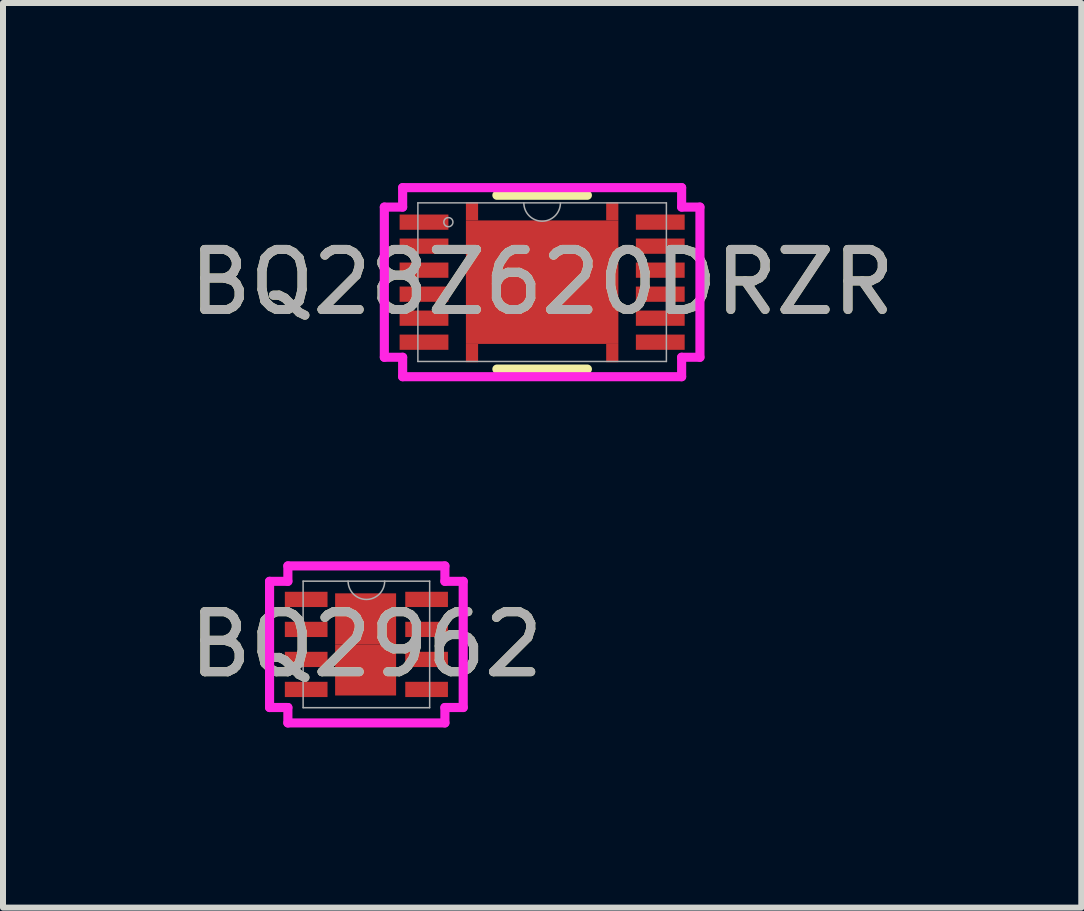
<source format=kicad_pcb>
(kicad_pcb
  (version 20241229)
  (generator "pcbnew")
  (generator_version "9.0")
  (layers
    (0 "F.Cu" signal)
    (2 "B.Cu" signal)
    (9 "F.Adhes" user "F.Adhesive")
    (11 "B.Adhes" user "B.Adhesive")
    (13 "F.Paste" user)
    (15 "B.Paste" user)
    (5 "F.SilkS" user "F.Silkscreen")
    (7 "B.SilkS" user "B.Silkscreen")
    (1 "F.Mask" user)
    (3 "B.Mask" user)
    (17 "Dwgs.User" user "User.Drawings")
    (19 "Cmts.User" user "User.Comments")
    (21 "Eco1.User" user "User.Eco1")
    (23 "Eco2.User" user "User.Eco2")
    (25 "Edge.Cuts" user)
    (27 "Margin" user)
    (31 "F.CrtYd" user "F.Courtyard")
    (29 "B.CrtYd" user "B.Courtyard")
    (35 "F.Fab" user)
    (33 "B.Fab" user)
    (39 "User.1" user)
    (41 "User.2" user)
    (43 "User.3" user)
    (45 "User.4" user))
  (footprint "BQ28Z620DRZR"
    (layer "F.Cu")
    (at 5.982 1.651)
    (property "Reference" "BQ28Z620DRZR" (at 0 0 0) (unlocked yes) (layer "F.SilkS") (effects (font (size 1 1) (thickness 0.15))))
    (attr smd)
    (fp_poly (pts (xy -1.27 -1.029) (xy -1.27 -1.333) (xy -1.067 -1.333) (xy -1.067 -1.029)) (stroke (width 0) (type solid)) (fill yes) (layer "F.Cu"))
    (fp_poly (pts (xy -1.27 1.029) (xy -1.27 1.333) (xy -1.067 1.333) (xy -1.067 1.029)) (stroke (width 0) (type solid)) (fill yes) (layer "F.Cu"))
    (fp_poly (pts (xy 1.27 -1.029) (xy 1.27 -1.333) (xy 1.067 -1.333) (xy 1.067 -1.029)) (stroke (width 0) (type solid)) (fill yes) (layer "F.Cu"))
    (fp_poly (pts (xy 1.27 1.029) (xy 1.27 1.333) (xy 1.067 1.333) (xy 1.067 1.029)) (stroke (width 0) (type solid)) (fill yes) (layer "F.Cu"))
    (fp_poly (pts (xy -1.27 -1.029) (xy -1.27 -1.333) (xy -1.067 -1.333) (xy -1.067 -1.029)) (stroke (width 0) (type solid)) (fill yes) (layer "F.Mask"))
    (fp_poly (pts (xy -1.27 1.029) (xy -1.27 1.333) (xy -1.067 1.333) (xy -1.067 1.029)) (stroke (width 0) (type solid)) (fill yes) (layer "F.Mask"))
    (fp_poly (pts (xy 1.27 -1.029) (xy 1.27 -1.333) (xy 1.067 -1.333) (xy 1.067 -1.029)) (stroke (width 0) (type solid)) (fill yes) (layer "F.Mask"))
    (fp_poly (pts (xy 1.27 1.029) (xy 1.27 1.333) (xy 1.067 1.333) (xy 1.067 1.029)) (stroke (width 0) (type solid)) (fill yes) (layer "F.Mask"))
    (fp_line (start -0.754 1.448) (end 0.754 1.448) (stroke (width 0.152) (type solid)) (layer "F.SilkS"))
    (fp_line (start 0.754 -1.448) (end -0.754 -1.448) (stroke (width 0.152) (type solid)) (layer "F.SilkS"))
    (fp_poly (pts (xy -1.27 -1.029) (xy -1.27 -1.333) (xy -1.067 -1.333) (xy -1.067 -1.029)) (stroke (width 0) (type solid)) (fill yes) (layer "F.Paste"))
    (fp_poly (pts (xy -1.27 1.029) (xy -1.27 1.333) (xy -1.067 1.333) (xy -1.067 1.029)) (stroke (width 0) (type solid)) (fill yes) (layer "F.Paste"))
    (fp_poly (pts (xy 1.27 -1.029) (xy 1.27 -1.333) (xy 1.067 -1.333) (xy 1.067 -1.029)) (stroke (width 0) (type solid)) (fill yes) (layer "F.Paste"))
    (fp_poly (pts (xy 1.27 1.029) (xy 1.27 1.333) (xy 1.067 1.333) (xy 1.067 1.029)) (stroke (width 0) (type solid)) (fill yes) (layer "F.Paste"))
    (fp_line (start -2.629 -1.251) (end -2.324 -1.251) (stroke (width 0.152) (type solid)) (layer "F.CrtYd"))
    (fp_line (start -2.629 1.251) (end -2.629 -1.251) (stroke (width 0.152) (type solid)) (layer "F.CrtYd"))
    (fp_line (start -2.629 1.251) (end -2.324 1.251) (stroke (width 0.152) (type solid)) (layer "F.CrtYd"))
    (fp_line (start -2.324 -1.575) (end 2.324 -1.575) (stroke (width 0.152) (type solid)) (layer "F.CrtYd"))
    (fp_line (start -2.324 -1.251) (end -2.324 -1.575) (stroke (width 0.152) (type solid)) (layer "F.CrtYd"))
    (fp_line (start -2.324 1.575) (end -2.324 1.251) (stroke (width 0.152) (type solid)) (layer "F.CrtYd"))
    (fp_line (start 2.324 -1.575) (end 2.324 -1.251) (stroke (width 0.152) (type solid)) (layer "F.CrtYd"))
    (fp_line (start 2.324 1.251) (end 2.324 1.575) (stroke (width 0.152) (type solid)) (layer "F.CrtYd"))
    (fp_line (start 2.324 1.575) (end -2.324 1.575) (stroke (width 0.152) (type solid)) (layer "F.CrtYd"))
    (fp_line (start 2.629 -1.251) (end 2.324 -1.251) (stroke (width 0.152) (type solid)) (layer "F.CrtYd"))
    (fp_line (start 2.629 -1.251) (end 2.629 1.251) (stroke (width 0.152) (type solid)) (layer "F.CrtYd"))
    (fp_line (start 2.629 1.251) (end 2.324 1.251) (stroke (width 0.152) (type solid)) (layer "F.CrtYd"))
    (fp_line (start -2.07 -1.321) (end -2.07 1.321) (stroke (width 0.025) (type solid)) (layer "F.Fab"))
    (fp_line (start -2.07 1.321) (end 2.07 1.321) (stroke (width 0.025) (type solid)) (layer "F.Fab"))
    (fp_line (start 2.07 -1.321) (end -2.07 -1.321) (stroke (width 0.025) (type solid)) (layer "F.Fab"))
    (fp_line (start 2.07 1.321) (end 2.07 -1.321) (stroke (width 0.025) (type solid)) (layer "F.Fab"))
    (fp_arc (start 0.3048 -1.3208) (mid 0 -1.016) (end -0.3048 -1.3208) (stroke (width 0.0254) (type solid)) (layer "F.Fab"))
    (fp_circle (center -1.562 -1) (end -1.486 -1) (stroke (width 0.025) (type solid)) (fill no) (layer "F.Fab"))
    (fp_text user "${REFERENCE}" (at 0 0 0) (unlocked yes) (layer "F.Fab") (effects (font (size 1 1) (thickness 0.15))))
    (pad "1" smd rect (at -1.968 -1) (size 0.813 0.254) (layers "F.Cu" "F.Mask" "F.Paste"))
    (pad "2" smd rect (at -1.968 -0.6) (size 0.813 0.254) (layers "F.Cu" "F.Mask" "F.Paste"))
    (pad "3" smd rect (at -1.968 -0.2) (size 0.813 0.254) (layers "F.Cu" "F.Mask" "F.Paste"))
    (pad "4" smd rect (at -1.968 0.2) (size 0.813 0.254) (layers "F.Cu" "F.Mask" "F.Paste"))
    (pad "5" smd rect (at -1.968 0.6) (size 0.813 0.254) (layers "F.Cu" "F.Mask" "F.Paste"))
    (pad "6" smd rect (at -1.968 1) (size 0.813 0.254) (layers "F.Cu" "F.Mask" "F.Paste"))
    (pad "7" smd rect (at 1.968 1) (size 0.813 0.254) (layers "F.Cu" "F.Mask" "F.Paste"))
    (pad "8" smd rect (at 1.968 0.6) (size 0.813 0.254) (layers "F.Cu" "F.Mask" "F.Paste"))
    (pad "9" smd rect (at 1.968 0.2) (size 0.813 0.254) (layers "F.Cu" "F.Mask" "F.Paste"))
    (pad "10" smd rect (at 1.968 -0.2) (size 0.813 0.254) (layers "F.Cu" "F.Mask" "F.Paste"))
    (pad "11" smd rect (at 1.968 -0.6) (size 0.813 0.254) (layers "F.Cu" "F.Mask" "F.Paste"))
    (pad "12" smd rect (at 1.968 -1) (size 0.813 0.254) (layers "F.Cu" "F.Mask" "F.Paste"))
    (pad "13" smd rect (at 0 0) (size 2.54 2.057) (layers "F.Cu" "F.Mask" "F.Paste")))
  (footprint "BQ2962"
    (layer "F.Cu")
    (at 3.054 7.686)
    (property "Reference" "BQ2962" (at 0 0 0) (unlocked yes) (layer "F.SilkS") (effects (font (size 1 1) (thickness 0.15))))
    (attr smd)
    (fp_poly (pts (xy -0.521 -0.851) (xy 0.495 -0.851) (xy 0.495 0) (xy -0.521 0)) (stroke (width 0) (type solid)) (fill yes) (layer "F.Cu"))
    (fp_poly (pts (xy -0.521 0.851) (xy 0.495 0.851) (xy 0.495 0) (xy -0.521 0)) (stroke (width 0) (type solid)) (fill yes) (layer "F.Cu"))
    (fp_poly (pts (xy -0.521 -0.851) (xy 0.495 -0.851) (xy 0.495 0) (xy -0.521 0)) (stroke (width 0) (type solid)) (fill yes) (layer "F.Mask"))
    (fp_poly (pts (xy -0.521 0.851) (xy 0.495 0.851) (xy 0.495 0) (xy -0.521 0)) (stroke (width 0) (type solid)) (fill yes) (layer "F.Mask"))
    (fp_poly (pts (xy -0.521 -0.851) (xy 0.495 -0.851) (xy 0.495 0) (xy -0.521 0)) (stroke (width 0) (type solid)) (fill yes) (layer "F.Paste"))
    (fp_poly (pts (xy -0.521 0.851) (xy 0.495 0.851) (xy 0.495 0) (xy -0.521 0)) (stroke (width 0) (type solid)) (fill yes) (layer "F.Paste"))
    (fp_line (start -1.613 -1.051) (end -1.308 -1.051) (stroke (width 0.152) (type solid)) (layer "F.CrtYd"))
    (fp_line (start -1.613 1.051) (end -1.613 -1.051) (stroke (width 0.152) (type solid)) (layer "F.CrtYd"))
    (fp_line (start -1.613 1.051) (end -1.308 1.051) (stroke (width 0.152) (type solid)) (layer "F.CrtYd"))
    (fp_line (start -1.308 -1.308) (end 1.308 -1.308) (stroke (width 0.152) (type solid)) (layer "F.CrtYd"))
    (fp_line (start -1.308 -1.051) (end -1.308 -1.308) (stroke (width 0.152) (type solid)) (layer "F.CrtYd"))
    (fp_line (start -1.308 1.308) (end -1.308 1.051) (stroke (width 0.152) (type solid)) (layer "F.CrtYd"))
    (fp_line (start 1.308 -1.308) (end 1.308 -1.051) (stroke (width 0.152) (type solid)) (layer "F.CrtYd"))
    (fp_line (start 1.308 1.051) (end 1.308 1.308) (stroke (width 0.152) (type solid)) (layer "F.CrtYd"))
    (fp_line (start 1.308 1.308) (end -1.308 1.308) (stroke (width 0.152) (type solid)) (layer "F.CrtYd"))
    (fp_line (start 1.613 -1.051) (end 1.308 -1.051) (stroke (width 0.152) (type solid)) (layer "F.CrtYd"))
    (fp_line (start 1.613 -1.051) (end 1.613 1.051) (stroke (width 0.152) (type solid)) (layer "F.CrtYd"))
    (fp_line (start 1.613 1.051) (end 1.308 1.051) (stroke (width 0.152) (type solid)) (layer "F.CrtYd"))
    (fp_line (start -1.054 -1.054) (end -1.054 1.054) (stroke (width 0.025) (type solid)) (layer "F.Fab"))
    (fp_line (start -1.054 1.054) (end 1.054 1.054) (stroke (width 0.025) (type solid)) (layer "F.Fab"))
    (fp_line (start 1.054 -1.054) (end -1.054 -1.054) (stroke (width 0.025) (type solid)) (layer "F.Fab"))
    (fp_line (start 1.054 1.054) (end 1.054 -1.054) (stroke (width 0.025) (type solid)) (layer "F.Fab"))
    (fp_arc (start 0.3048 -1.0541) (mid 0 -0.7493) (end -0.3048 -1.0541) (stroke (width 0.0254) (type solid)) (layer "F.Fab"))
    (fp_text user "${REFERENCE}" (at 0 0 0) (unlocked yes) (layer "F.Fab") (effects (font (size 1 1) (thickness 0.15))))
    (pad "1" smd rect (at -1.003 -0.75) (size 0.711 0.254) (layers "F.Cu" "F.Mask" "F.Paste"))
    (pad "2" smd rect (at -1.003 -0.25) (size 0.711 0.254) (layers "F.Cu" "F.Mask" "F.Paste"))
    (pad "3" smd rect (at -1.003 0.25) (size 0.711 0.254) (layers "F.Cu" "F.Mask" "F.Paste"))
    (pad "4" smd rect (at -1.003 0.75) (size 0.711 0.254) (layers "F.Cu" "F.Mask" "F.Paste"))
    (pad "5" smd rect (at 1.003 0.75) (size 0.711 0.254) (layers "F.Cu" "F.Mask" "F.Paste"))
    (pad "6" smd rect (at 1.003 0.25) (size 0.711 0.254) (layers "F.Cu" "F.Mask" "F.Paste"))
    (pad "7" smd rect (at 1.003 -0.25) (size 0.711 0.254) (layers "F.Cu" "F.Mask" "F.Paste"))
    (pad "8" smd rect (at 1.003 -0.75) (size 0.711 0.254) (layers "F.Cu" "F.Mask" "F.Paste")))
  (gr_rect
    (start -3 -3)
    (end 14.964 12.071)
    (stroke (width 0.1) (type default))
    (fill no)
    (layer "Edge.Cuts")))
</source>
